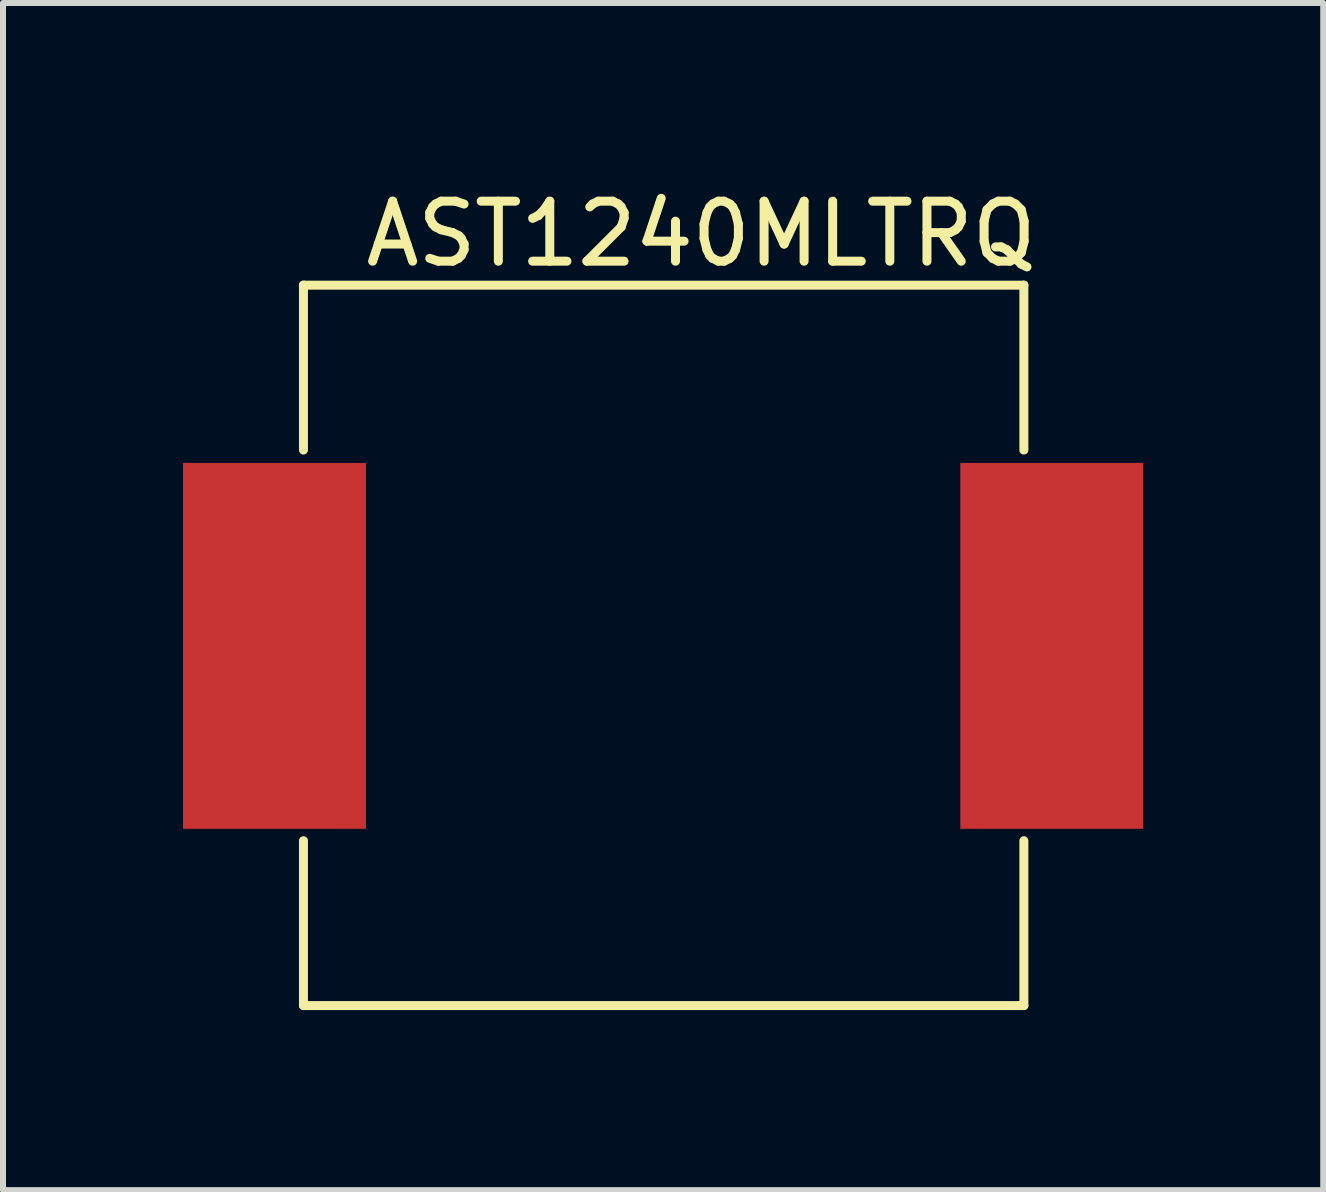
<source format=kicad_pcb>
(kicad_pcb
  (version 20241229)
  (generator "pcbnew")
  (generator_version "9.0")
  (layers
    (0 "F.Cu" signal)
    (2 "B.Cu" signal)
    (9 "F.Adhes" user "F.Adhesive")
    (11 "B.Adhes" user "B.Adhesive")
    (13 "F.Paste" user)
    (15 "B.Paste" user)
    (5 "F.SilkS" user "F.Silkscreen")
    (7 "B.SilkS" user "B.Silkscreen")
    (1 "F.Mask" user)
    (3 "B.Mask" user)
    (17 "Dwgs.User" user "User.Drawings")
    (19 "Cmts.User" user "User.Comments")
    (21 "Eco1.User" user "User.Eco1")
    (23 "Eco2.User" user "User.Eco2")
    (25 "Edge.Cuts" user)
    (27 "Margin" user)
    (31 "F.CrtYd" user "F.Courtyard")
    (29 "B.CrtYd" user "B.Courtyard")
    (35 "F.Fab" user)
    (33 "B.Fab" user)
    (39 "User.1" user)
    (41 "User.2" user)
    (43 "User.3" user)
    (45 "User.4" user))
  (footprint "AST1240MLTRQ"
    (layer "F.Cu")
    (at 8.636 0.348)
    (property "Reference" "AST1240MLTRQ" (at 0 0.5 0) (layer "F.SilkS") (effects (font (size 1 1) (thickness 0.15))))
    (attr through_hole)
    (fp_line (start -6.629 1.354) (end 5.377 1.354) (stroke (width 0.15) (type solid)) (layer "F.SilkS"))
    (fp_line (start -6.629 4.102) (end -6.629 1.354) (stroke (width 0.15) (type solid)) (layer "F.SilkS"))
    (fp_line (start -6.629 13.36) (end -6.629 10.613) (stroke (width 0.15) (type solid)) (layer "F.SilkS"))
    (fp_line (start 5.377 1.354) (end 5.377 4.102) (stroke (width 0.15) (type solid)) (layer "F.SilkS"))
    (fp_line (start 5.377 10.613) (end 5.377 13.36) (stroke (width 0.15) (type solid)) (layer "F.SilkS"))
    (fp_line (start 5.377 13.36) (end -6.629 13.36) (stroke (width 0.15) (type solid)) (layer "F.SilkS"))
    (pad "1" smd rect (at 5.842 7.366 90) (size 6.096 3.048) (layers "F.Cu" "F.Mask" "F.Paste"))
    (pad "2" smd rect (at -7.112 7.366 90) (size 6.096 3.048) (layers "F.Cu" "F.Mask" "F.Paste")))
  (gr_rect
    (start -3 -3)
    (end 19.002 16.784)
    (stroke (width 0.1) (type default))
    (fill no)
    (layer "Edge.Cuts")))
</source>
